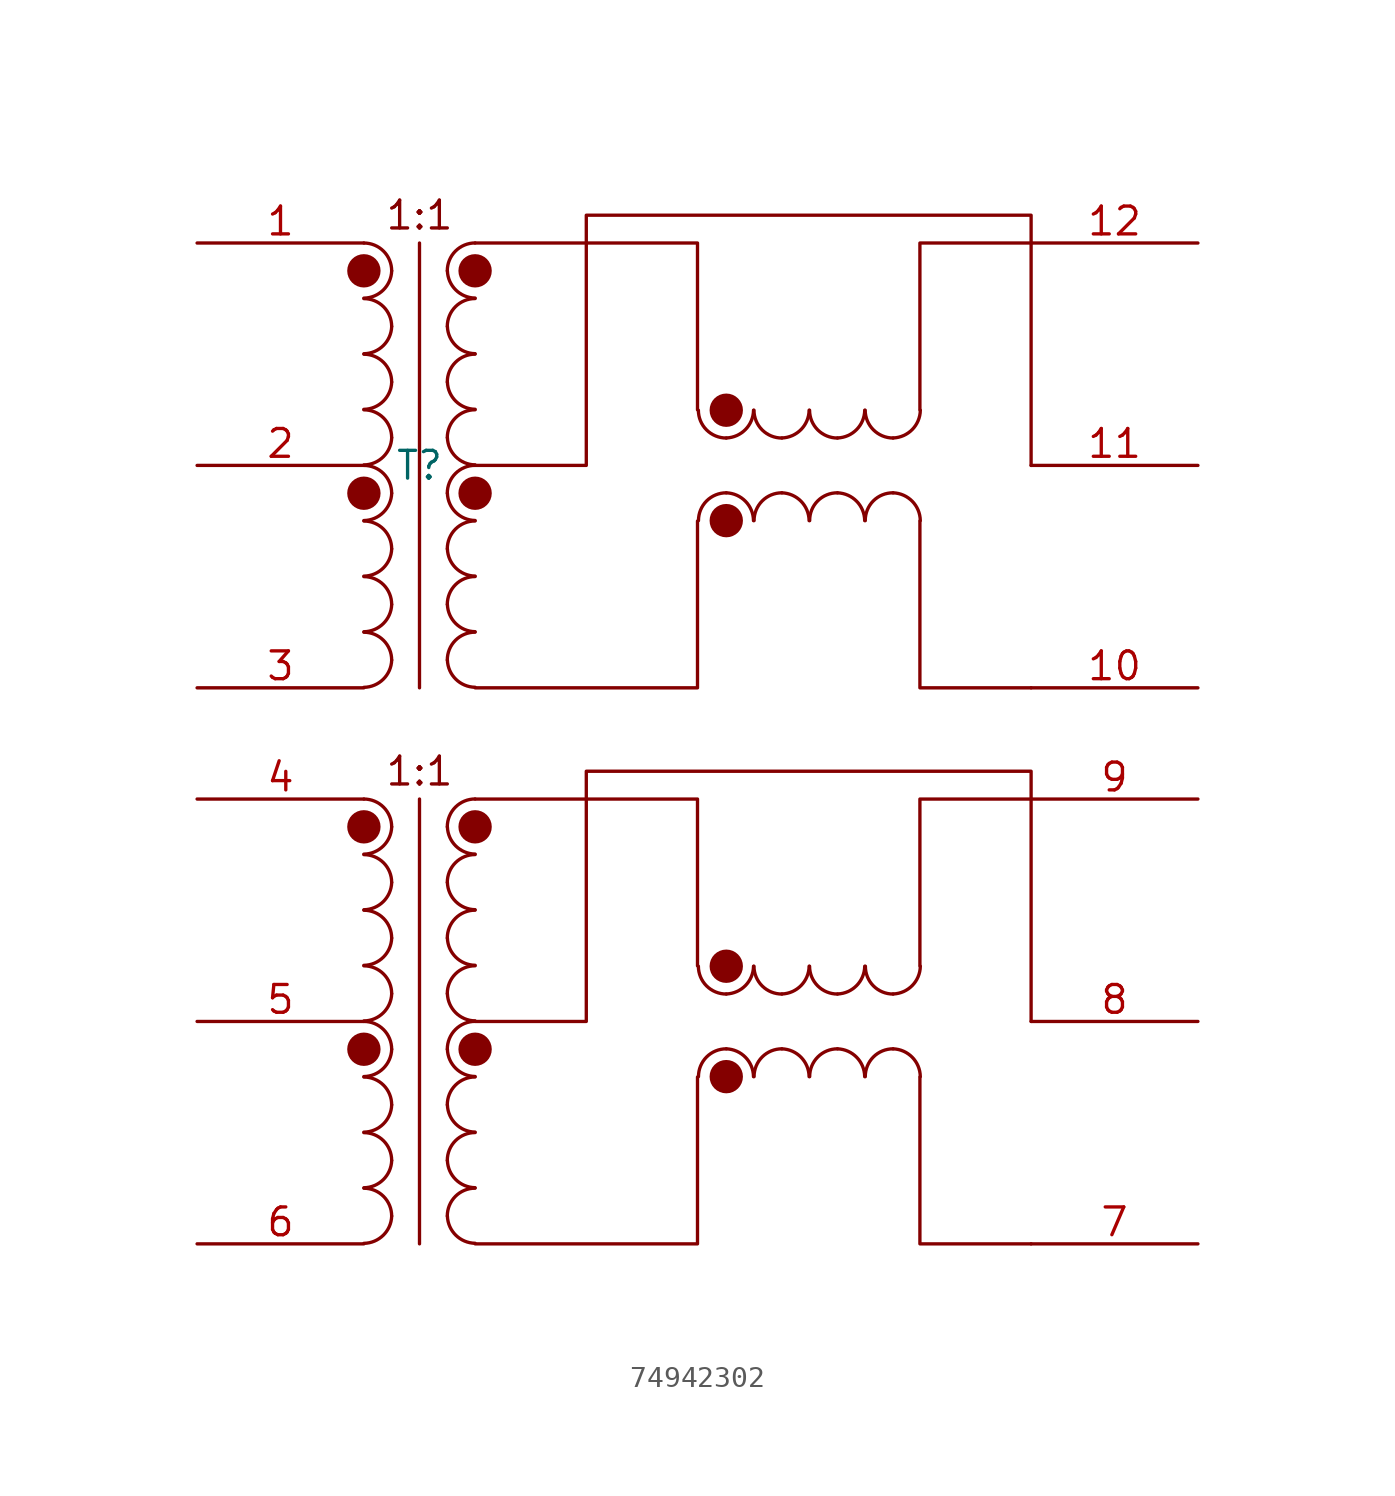
<source format=kicad_sym>
(kicad_symbol_lib
  (version 20220914)
  (generator kicad_symbol_editor)
  (symbol "74942302"
    (pin_names hide)
    (property "Reference" "T"
      (at 0 12.7 0)
      (effects (font (size 1.27 1.27))))
    (property "Critical Parameter" ""
      (at 0 -3.81 0)
      (effects (font (size 1.27 1.27)) (justify left)))
    (symbol "74942302_0_1"
      (arc (start -2.54 -22.8346) (mid -1.6561 -22.4663) (end -1.27 -21.59) (stroke (width 0) (type default)) (fill (type none)))
      (arc (start -2.54 -20.2946) (mid -1.6561 -19.9263) (end -1.27 -19.05) (stroke (width 0) (type default)) (fill (type none)))
      (arc (start -2.54 -17.7546) (mid -1.6561 -17.3863) (end -1.27 -16.51) (stroke (width 0) (type default)) (fill (type none)))
      (arc (start -2.54 -15.2146) (mid -1.6561 -14.8463) (end -1.27 -13.97) (stroke (width 0) (type default)) (fill (type none)))
      (arc (start -2.54 -12.6746) (mid -1.6561 -12.3063) (end -1.27 -11.43) (stroke (width 0) (type default)) (fill (type none)))
      (arc (start -2.54 -10.1346) (mid -1.6561 -9.7663) (end -1.27 -8.89) (stroke (width 0) (type default)) (fill (type none)))
      (arc (start -2.54 -7.5946) (mid -1.6561 -7.2263) (end -1.27 -6.35) (stroke (width 0) (type default)) (fill (type none)))
      (arc (start -2.54 -5.0546) (mid -1.6561 -4.6863) (end -1.27 -3.81) (stroke (width 0) (type default)) (fill (type none)))
      (arc (start -2.54 2.5654) (mid -1.6561 2.9337) (end -1.27 3.81) (stroke (width 0) (type default)) (fill (type none)))
      (arc (start -2.54 5.1054) (mid -1.6561 5.4737) (end -1.27 6.35) (stroke (width 0) (type default)) (fill (type none)))
      (arc (start -2.54 7.6454) (mid -1.6561 8.0137) (end -1.27 8.89) (stroke (width 0) (type default)) (fill (type none)))
      (arc (start -2.54 10.1854) (mid -1.6561 10.5537) (end -1.27 11.43) (stroke (width 0) (type default)) (fill (type none)))
      (arc (start -2.54 12.7254) (mid -1.6561 13.0937) (end -1.27 13.97) (stroke (width 0) (type default)) (fill (type none)))
      (arc (start -2.54 15.2654) (mid -1.6561 15.6337) (end -1.27 16.51) (stroke (width 0) (type default)) (fill (type none)))
      (arc (start -2.54 17.8054) (mid -1.6561 18.1737) (end -1.27 19.05) (stroke (width 0) (type default)) (fill (type none)))
      (arc (start -2.54 20.3454) (mid -1.6561 20.7137) (end -1.27 21.59) (stroke (width 0) (type default)) (fill (type none)))
      (arc (start -1.27 -21.59) (mid -1.642 -20.692) (end -2.54 -20.32) (stroke (width 0) (type default)) (fill (type none)))
      (arc (start -1.27 -19.05) (mid -1.642 -18.152) (end -2.54 -17.78) (stroke (width 0) (type default)) (fill (type none)))
      (arc (start -1.27 -16.51) (mid -1.642 -15.612) (end -2.54 -15.24) (stroke (width 0) (type default)) (fill (type none)))
      (arc (start -1.27 -13.97) (mid -1.642 -13.072) (end -2.54 -12.7) (stroke (width 0) (type default)) (fill (type none)))
      (arc (start -1.27 -11.43) (mid -1.642 -10.532) (end -2.54 -10.16) (stroke (width 0) (type default)) (fill (type none)))
      (arc (start -1.27 -8.89) (mid -1.642 -7.992) (end -2.54 -7.62) (stroke (width 0) (type default)) (fill (type none)))
      (arc (start -1.27 -6.35) (mid -1.642 -5.452) (end -2.54 -5.08) (stroke (width 0) (type default)) (fill (type none)))
      (arc (start -1.27 -3.81) (mid -1.642 -2.912) (end -2.54 -2.54) (stroke (width 0) (type default)) (fill (type none)))
      (arc (start -1.27 3.81) (mid -1.642 4.708) (end -2.54 5.08) (stroke (width 0) (type default)) (fill (type none)))
      (arc (start -1.27 6.35) (mid -1.642 7.248) (end -2.54 7.62) (stroke (width 0) (type default)) (fill (type none)))
      (arc (start -1.27 8.89) (mid -1.642 9.788) (end -2.54 10.16) (stroke (width 0) (type default)) (fill (type none)))
      (arc (start -1.27 11.43) (mid -1.642 12.328) (end -2.54 12.7) (stroke (width 0) (type default)) (fill (type none)))
      (arc (start -1.27 13.97) (mid -1.642 14.868) (end -2.54 15.24) (stroke (width 0) (type default)) (fill (type none)))
      (arc (start -1.27 16.51) (mid -1.642 17.408) (end -2.54 17.78) (stroke (width 0) (type default)) (fill (type none)))
      (arc (start -1.27 19.05) (mid -1.642 19.948) (end -2.54 20.32) (stroke (width 0) (type default)) (fill (type none)))
      (arc (start -1.27 21.59) (mid -1.642 22.488) (end -2.54 22.86) (stroke (width 0) (type default)) (fill (type none)))
      (polyline (pts (xy 0 -22.86) (xy 0 -2.54)) (stroke (width 0) (type default)) (fill (type none)))
      (polyline (pts (xy 0 2.54) (xy 0 22.86)) (stroke (width 0) (type default)) (fill (type none)))
      (polyline (pts (xy 2.54 -22.86) (xy 12.7 -22.86) (xy 12.7 -15.24)) (stroke (width 0) (type default)) (fill (type none)))
      (polyline (pts (xy 2.54 -2.54) (xy 12.7 -2.54) (xy 12.7 -10.16)) (stroke (width 0) (type default)) (fill (type none)))
      (polyline (pts (xy 2.54 2.54) (xy 12.7 2.54) (xy 12.7 10.16)) (stroke (width 0) (type default)) (fill (type none)))
      (polyline (pts (xy 2.54 22.86) (xy 12.7 22.86) (xy 12.7 15.24)) (stroke (width 0) (type default)) (fill (type none)))
      (polyline (pts (xy 22.86 -15.24) (xy 22.86 -22.86) (xy 27.94 -22.86)) (stroke (width 0) (type default)) (fill (type none)))
      (polyline (pts (xy 22.86 -10.16) (xy 22.86 -2.54) (xy 27.94 -2.54)) (stroke (width 0) (type default)) (fill (type none)))
      (polyline (pts (xy 22.86 10.16) (xy 22.86 2.54) (xy 27.94 2.54)) (stroke (width 0) (type default)) (fill (type none)))
      (polyline (pts (xy 22.86 15.24) (xy 22.86 22.86) (xy 27.94 22.86)) (stroke (width 0) (type default)) (fill (type none)))
      (polyline (pts (xy 2.54 -12.7) (xy 7.62 -12.7) (xy 7.62 -1.27) (xy 27.94 -1.27) (xy 27.94 -12.7)) (stroke (width 0) (type default)) (fill (type none)))
      (polyline (pts (xy 2.54 12.7) (xy 7.62 12.7) (xy 7.62 24.13) (xy 27.94 24.13) (xy 27.94 12.7)) (stroke (width 0) (type default)) (fill (type none)))
      (arc (start 1.27 -21.59) (mid 1.6561 -22.4663) (end 2.54 -22.8346) (stroke (width 0) (type default)) (fill (type none)))
      (arc (start 1.27 -19.05) (mid 1.6561 -19.9263) (end 2.54 -20.2946) (stroke (width 0) (type default)) (fill (type none)))
      (arc (start 1.27 -16.51) (mid 1.6561 -17.3863) (end 2.54 -17.7546) (stroke (width 0) (type default)) (fill (type none)))
      (arc (start 1.27 -13.97) (mid 1.6561 -14.8463) (end 2.54 -15.2146) (stroke (width 0) (type default)) (fill (type none)))
      (arc (start 1.27 -11.43) (mid 1.6561 -12.3063) (end 2.54 -12.6746) (stroke (width 0) (type default)) (fill (type none)))
      (arc (start 1.27 -8.89) (mid 1.6561 -9.7663) (end 2.54 -10.1346) (stroke (width 0) (type default)) (fill (type none)))
      (arc (start 1.27 -6.35) (mid 1.6561 -7.2263) (end 2.54 -7.5946) (stroke (width 0) (type default)) (fill (type none)))
      (arc (start 1.27 -3.81) (mid 1.6561 -4.6863) (end 2.54 -5.0546) (stroke (width 0) (type default)) (fill (type none)))
      (arc (start 1.27 3.81) (mid 1.6561 2.9337) (end 2.54 2.5654) (stroke (width 0) (type default)) (fill (type none)))
      (arc (start 1.27 6.35) (mid 1.6561 5.4737) (end 2.54 5.1054) (stroke (width 0) (type default)) (fill (type none)))
      (arc (start 1.27 8.89) (mid 1.6561 8.0137) (end 2.54 7.6454) (stroke (width 0) (type default)) (fill (type none)))
      (arc (start 1.27 11.43) (mid 1.6561 10.5537) (end 2.54 10.1854) (stroke (width 0) (type default)) (fill (type none)))
      (arc (start 1.27 13.97) (mid 1.6561 13.0937) (end 2.54 12.7254) (stroke (width 0) (type default)) (fill (type none)))
      (arc (start 1.27 16.51) (mid 1.6561 15.6337) (end 2.54 15.2654) (stroke (width 0) (type default)) (fill (type none)))
      (arc (start 1.27 19.05) (mid 1.6561 18.1737) (end 2.54 17.8054) (stroke (width 0) (type default)) (fill (type none)))
      (arc (start 1.27 21.59) (mid 1.6561 20.7137) (end 2.54 20.3454) (stroke (width 0) (type default)) (fill (type none)))
      (arc (start 2.54 -20.32) (mid 1.642 -20.692) (end 1.27 -21.59) (stroke (width 0) (type default)) (fill (type none)))
      (arc (start 2.54 -17.78) (mid 1.642 -18.152) (end 1.27 -19.05) (stroke (width 0) (type default)) (fill (type none)))
      (arc (start 2.54 -15.24) (mid 1.642 -15.612) (end 1.27 -16.51) (stroke (width 0) (type default)) (fill (type none)))
      (arc (start 2.54 -12.7) (mid 1.642 -13.072) (end 1.27 -13.97) (stroke (width 0) (type default)) (fill (type none)))
      (arc (start 2.54 -10.16) (mid 1.642 -10.532) (end 1.27 -11.43) (stroke (width 0) (type default)) (fill (type none)))
      (arc (start 2.54 -7.62) (mid 1.642 -7.992) (end 1.27 -8.89) (stroke (width 0) (type default)) (fill (type none)))
      (arc (start 2.54 -5.08) (mid 1.642 -5.452) (end 1.27 -6.35) (stroke (width 0) (type default)) (fill (type none)))
      (arc (start 2.54 -2.54) (mid 1.642 -2.912) (end 1.27 -3.81) (stroke (width 0) (type default)) (fill (type none)))
      (arc (start 2.54 5.08) (mid 1.642 4.708) (end 1.27 3.81) (stroke (width 0) (type default)) (fill (type none)))
      (arc (start 2.54 7.62) (mid 1.642 7.248) (end 1.27 6.35) (stroke (width 0) (type default)) (fill (type none)))
      (arc (start 2.54 10.16) (mid 1.642 9.788) (end 1.27 8.89) (stroke (width 0) (type default)) (fill (type none)))
      (arc (start 2.54 12.7) (mid 1.642 12.328) (end 1.27 11.43) (stroke (width 0) (type default)) (fill (type none)))
      (arc (start 2.54 15.24) (mid 1.642 14.868) (end 1.27 13.97) (stroke (width 0) (type default)) (fill (type none)))
      (arc (start 2.54 17.78) (mid 1.642 17.408) (end 1.27 16.51) (stroke (width 0) (type default)) (fill (type none)))
      (arc (start 2.54 20.32) (mid 1.642 19.948) (end 1.27 19.05) (stroke (width 0) (type default)) (fill (type none)))
      (arc (start 2.54 22.86) (mid 1.642 22.488) (end 1.27 21.59) (stroke (width 0) (type default)) (fill (type none)))
      (arc (start 12.7445 -10.1785) (mid 13.1166 -11.0764) (end 14.0145 -11.4485) (stroke (width 0) (type default)) (fill (type none)))
      (arc (start 12.7445 15.2215) (mid 13.1166 14.3236) (end 14.0145 13.9515) (stroke (width 0) (type default)) (fill (type none)))
      (arc (start 14.0145 -13.9515) (mid 13.1166 -14.3236) (end 12.7445 -15.2215) (stroke (width 0) (type default)) (fill (type none)))
      (arc (start 14.0145 -11.4485) (mid 14.8908 -11.0624) (end 15.2591 -10.1785) (stroke (width 0) (type default)) (fill (type none)))
      (arc (start 14.0145 11.4485) (mid 13.1166 11.0764) (end 12.7445 10.1785) (stroke (width 0) (type default)) (fill (type none)))
      (arc (start 14.0145 13.9515) (mid 14.8908 14.3376) (end 15.2591 15.2215) (stroke (width 0) (type default)) (fill (type none)))
      (arc (start 15.2591 -15.2215) (mid 14.8908 -14.3376) (end 14.0145 -13.9515) (stroke (width 0) (type default)) (fill (type none)))
      (arc (start 15.2591 10.1785) (mid 14.8908 11.0624) (end 14.0145 11.4485) (stroke (width 0) (type default)) (fill (type none)))
      (arc (start 15.2845 -10.1785) (mid 15.6566 -11.0764) (end 16.5545 -11.4485) (stroke (width 0) (type default)) (fill (type none)))
      (arc (start 15.2845 15.2215) (mid 15.6566 14.3236) (end 16.5545 13.9515) (stroke (width 0) (type default)) (fill (type none)))
      (arc (start 16.5545 -13.9515) (mid 15.6566 -14.3236) (end 15.2845 -15.2215) (stroke (width 0) (type default)) (fill (type none)))
      (arc (start 16.5545 -11.4485) (mid 17.4308 -11.0624) (end 17.7991 -10.1785) (stroke (width 0) (type default)) (fill (type none)))
      (arc (start 16.5545 11.4485) (mid 15.6566 11.0764) (end 15.2845 10.1785) (stroke (width 0) (type default)) (fill (type none)))
      (arc (start 16.5545 13.9515) (mid 17.4308 14.3376) (end 17.7991 15.2215) (stroke (width 0) (type default)) (fill (type none)))
      (arc (start 17.7991 -15.2215) (mid 17.4308 -14.3376) (end 16.5545 -13.9515) (stroke (width 0) (type default)) (fill (type none)))
      (arc (start 17.7991 10.1785) (mid 17.4308 11.0624) (end 16.5545 11.4485) (stroke (width 0) (type default)) (fill (type none)))
      (arc (start 17.8245 -10.1785) (mid 18.1966 -11.0764) (end 19.0945 -11.4485) (stroke (width 0) (type default)) (fill (type none)))
      (arc (start 17.8245 15.2215) (mid 18.1962 14.3241) (end 19.0945 13.9515) (stroke (width 0) (type default)) (fill (type none)))
      (arc (start 19.0945 -13.9515) (mid 18.1977 -14.3226) (end 17.8245 -15.2215) (stroke (width 0) (type default)) (fill (type none)))
      (arc (start 19.0945 -11.4485) (mid 19.9708 -11.0624) (end 20.3391 -10.1785) (stroke (width 0) (type default)) (fill (type none)))
      (arc (start 19.0945 11.4485) (mid 18.1941 11.078) (end 17.8245 10.1785) (stroke (width 0) (type default)) (fill (type none)))
      (arc (start 19.0945 13.9515) (mid 19.9708 14.3376) (end 20.3391 15.2215) (stroke (width 0) (type default)) (fill (type none)))
      (arc (start 20.3391 -15.2215) (mid 19.9708 -14.3376) (end 19.0945 -13.9515) (stroke (width 0) (type default)) (fill (type none)))
      (arc (start 20.3391 10.1785) (mid 19.9708 11.0624) (end 19.0945 11.4485) (stroke (width 0) (type default)) (fill (type none)))
      (arc (start 20.3645 -10.1785) (mid 20.7356 -11.0794) (end 21.6345 -11.4485) (stroke (width 0) (type default)) (fill (type none)))
      (arc (start 20.3645 15.2215) (mid 20.7362 14.3241) (end 21.6345 13.9515) (stroke (width 0) (type default)) (fill (type none)))
      (arc (start 21.6345 -13.9515) (mid 20.7377 -14.3226) (end 20.3645 -15.2215) (stroke (width 0) (type default)) (fill (type none)))
      (arc (start 21.6345 -11.4485) (mid 22.5108 -11.0624) (end 22.8791 -10.1785) (stroke (width 0) (type default)) (fill (type none)))
      (arc (start 21.6345 11.4485) (mid 20.7341 11.078) (end 20.3645 10.1785) (stroke (width 0) (type default)) (fill (type none)))
      (arc (start 21.6345 13.9515) (mid 22.5108 14.3376) (end 22.8791 15.2215) (stroke (width 0) (type default)) (fill (type none)))
      (arc (start 22.8791 -15.2215) (mid 22.5108 -14.3376) (end 21.6345 -13.9515) (stroke (width 0) (type default)) (fill (type none)))
      (arc (start 22.8791 10.1785) (mid 22.5108 11.0624) (end 21.6345 11.4485) (stroke (width 0) (type default)) (fill (type none))))
    (symbol "74942302_1_1"
      (circle (center -2.54 -13.97) (radius 0.0001) (stroke (width 0.762) (type default)) (fill (type none)))
      (circle (center -2.54 -3.81) (radius 0.0001) (stroke (width 0.762) (type default)) (fill (type none)))
      (circle (center -2.54 11.43) (radius 0.0001) (stroke (width 0.762) (type default)) (fill (type none)))
      (circle (center -2.54 21.59) (radius 0.0001) (stroke (width 0.762) (type default)) (fill (type none)))
      (circle (center 2.54 -13.97) (radius 0.0001) (stroke (width 0.762) (type default)) (fill (type none)))
      (circle (center 2.54 -3.81) (radius 0.0001) (stroke (width 0.762) (type default)) (fill (type none)))
      (circle (center 2.54 11.43) (radius 0.0001) (stroke (width 0.762) (type default)) (fill (type none)))
      (circle (center 2.54 21.59) (radius 0.0001) (stroke (width 0.762) (type default)) (fill (type none)))
      (circle (center 14.014 -15.222) (radius 0.0001) (stroke (width 0.762) (type default)) (fill (type none)))
      (circle (center 14.014 -10.178) (radius 0.0001) (stroke (width 0.762) (type default)) (fill (type none)))
      (circle (center 14.014 10.178) (radius 0.0001) (stroke (width 0.762) (type default)) (fill (type none)))
      (circle (center 14.014 15.222) (radius 0.0001) (stroke (width 0.762) (type default)) (fill (type none)))
      (text "1:1" (at 0 -1.27 0) (effects (font (size 1.27 1.27))))
      (text "1:1" (at 0 24.13 0) (effects (font (size 1.27 1.27))))
      (pin passive line (at -10.16 22.86 0) (length 7.62) (name "1" (effects (font (size 1.27 1.27)))) (number "1" (effects (font (size 1.27 1.27)))))
      (pin passive line (at 35.56 2.54 180) (length 7.62) (name "10" (effects (font (size 1.27 1.27)))) (number "10" (effects (font (size 1.27 1.27)))))
      (pin passive line (at 35.56 12.7 180) (length 7.62) (name "11" (effects (font (size 1.27 1.27)))) (number "11" (effects (font (size 1.27 1.27)))))
      (pin passive line (at 35.56 22.86 180) (length 7.62) (name "12" (effects (font (size 1.27 1.27)))) (number "12" (effects (font (size 1.27 1.27)))))
      (pin passive line (at -10.16 12.7 0) (length 7.62) (name "2" (effects (font (size 1.27 1.27)))) (number "2" (effects (font (size 1.27 1.27)))))
      (pin passive line (at -10.16 2.54 0) (length 7.62) (name "3" (effects (font (size 1.27 1.27)))) (number "3" (effects (font (size 1.27 1.27)))))
      (pin passive line (at -10.16 -2.54 0) (length 7.62) (name "4" (effects (font (size 1.27 1.27)))) (number "4" (effects (font (size 1.27 1.27)))))
      (pin passive line (at -10.16 -12.7 0) (length 7.62) (name "5" (effects (font (size 1.27 1.27)))) (number "5" (effects (font (size 1.27 1.27)))))
      (pin passive line (at -10.16 -22.86 0) (length 7.62) (name "6" (effects (font (size 1.27 1.27)))) (number "6" (effects (font (size 1.27 1.27)))))
      (pin passive line (at 35.56 -22.86 180) (length 7.62) (name "7" (effects (font (size 1.27 1.27)))) (number "7" (effects (font (size 1.27 1.27)))))
      (pin passive line (at 35.56 -12.7 180) (length 7.62) (name "8" (effects (font (size 1.27 1.27)))) (number "8" (effects (font (size 1.27 1.27)))))
      (pin passive line (at 35.56 -2.54 180) (length 7.62) (name "9" (effects (font (size 1.27 1.27)))) (number "9" (effects (font (size 1.27 1.27))))))))
</source>
